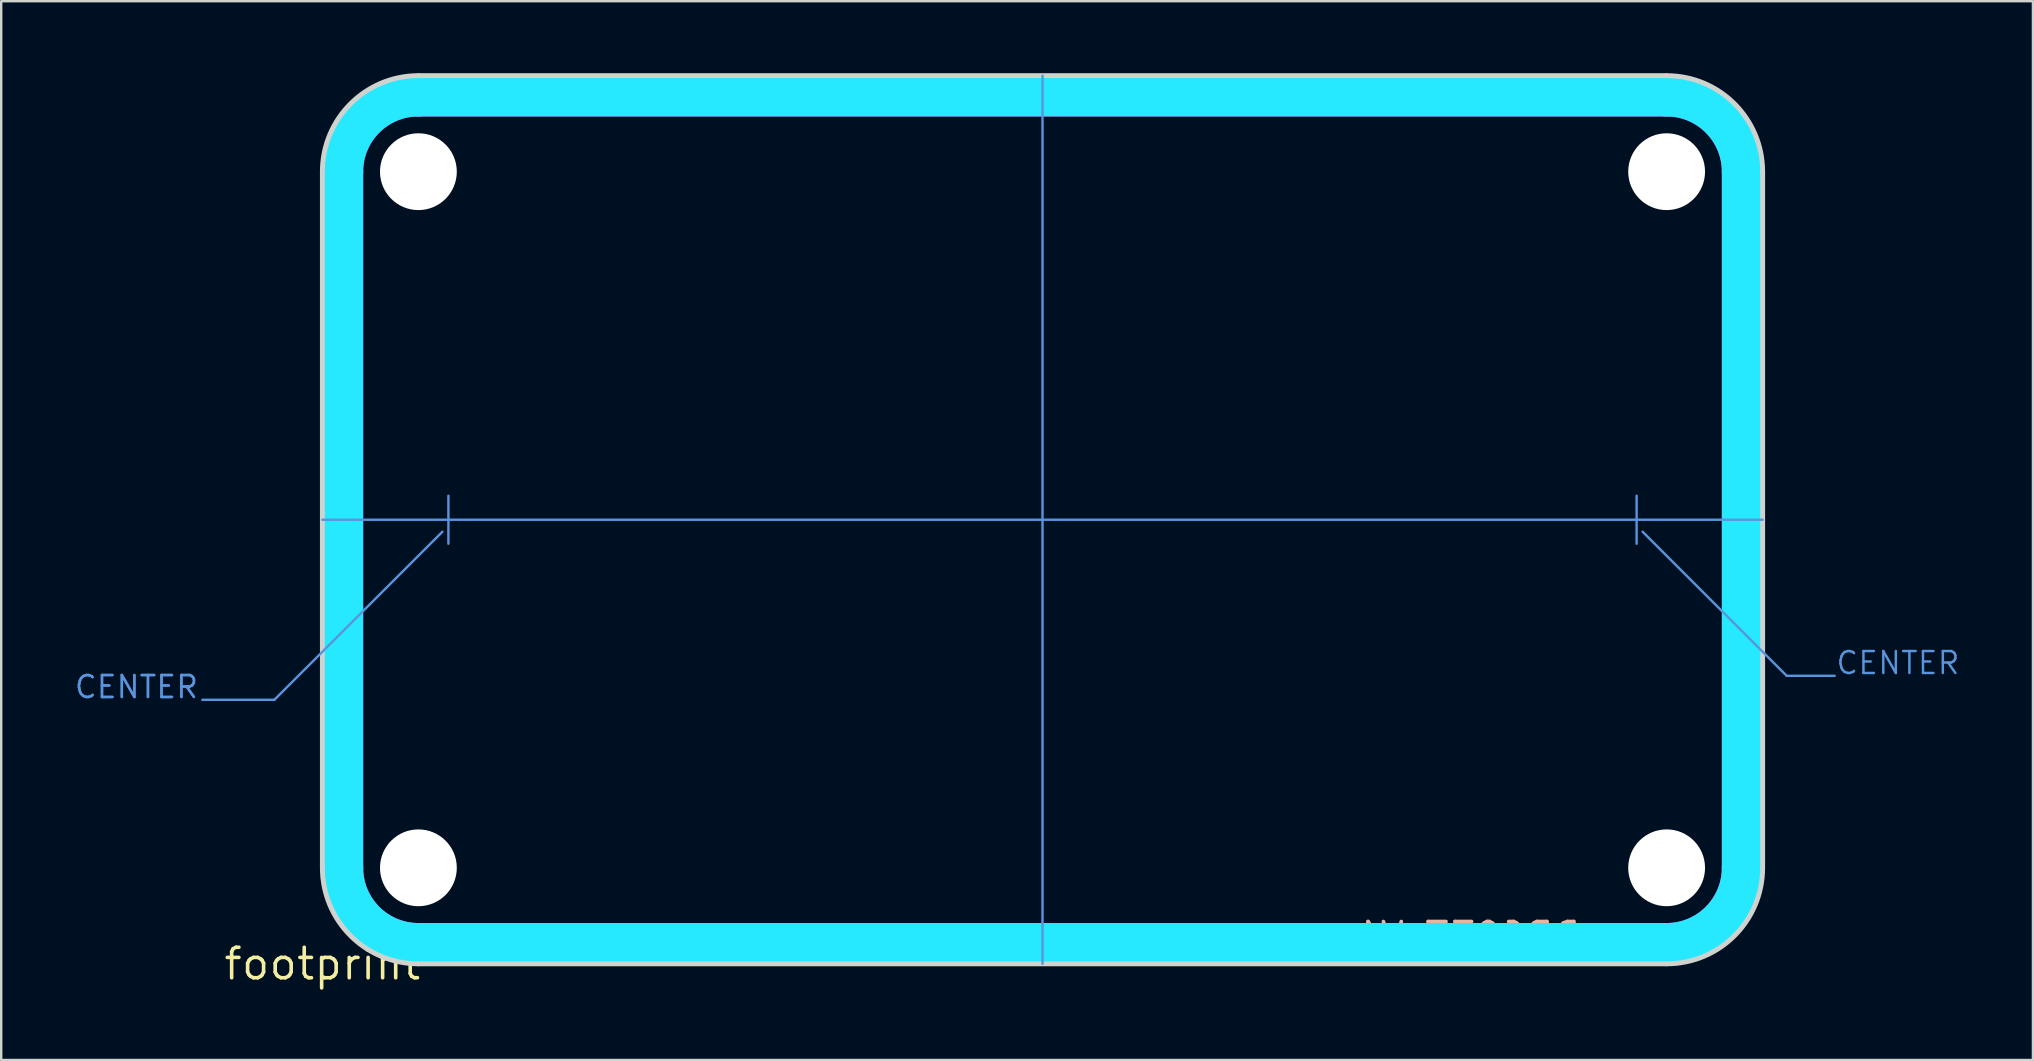
<source format=kicad_pcb>
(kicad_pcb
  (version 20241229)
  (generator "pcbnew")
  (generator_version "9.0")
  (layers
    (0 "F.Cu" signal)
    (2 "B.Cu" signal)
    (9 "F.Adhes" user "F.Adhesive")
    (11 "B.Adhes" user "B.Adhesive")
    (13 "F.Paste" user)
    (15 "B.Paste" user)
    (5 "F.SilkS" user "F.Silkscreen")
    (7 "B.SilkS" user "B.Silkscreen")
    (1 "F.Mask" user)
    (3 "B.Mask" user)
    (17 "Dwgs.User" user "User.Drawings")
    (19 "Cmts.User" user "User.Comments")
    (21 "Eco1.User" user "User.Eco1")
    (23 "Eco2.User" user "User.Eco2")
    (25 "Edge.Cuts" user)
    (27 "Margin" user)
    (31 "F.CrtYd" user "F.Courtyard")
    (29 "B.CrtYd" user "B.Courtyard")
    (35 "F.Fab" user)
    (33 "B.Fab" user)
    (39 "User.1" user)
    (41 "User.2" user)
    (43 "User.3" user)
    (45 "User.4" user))
  (footprint "footprint"
    (layer "F.Cu")
    (at 10.38 37.102)
    (property "Reference" "footprint" (at 0 0 0) (layer "F.SilkS") (effects (font (size 1.27 1.27) (thickness 0.15))))
    (fp_line (start -2 -11) (end -5 -11) (stroke (width 0.1) (type solid)) (layer "Cmts.User"))
    (fp_line (start 0 -18.5) (end 60 -18.5) (stroke (width 0.1) (type solid)) (layer "Cmts.User"))
    (fp_line (start 5 -18) (end -2 -11) (stroke (width 0.1) (type solid)) (layer "Cmts.User"))
    (fp_line (start 5.25 -19.5) (end 5.25 -17.5) (stroke (width 0.1) (type solid)) (layer "Cmts.User"))
    (fp_line (start 30 -37) (end 30 0) (stroke (width 0.1) (type solid)) (layer "Cmts.User"))
    (fp_line (start 54.75 -19.5) (end 54.75 -17.5) (stroke (width 0.1) (type solid)) (layer "Cmts.User"))
    (fp_line (start 55 -18) (end 61 -12) (stroke (width 0.1) (type solid)) (layer "Cmts.User"))
    (fp_line (start 61 -12) (end 63 -12) (stroke (width 0.1) (type solid)) (layer "Cmts.User"))
    (fp_line (start 0 -33) (end 0 -4) (stroke (width 0.203) (type solid)) (layer "Edge.Cuts"))
    (fp_line (start 4 0) (end 56 0) (stroke (width 0.203) (type solid)) (layer "Edge.Cuts"))
    (fp_line (start 56 -37) (end 4 -37) (stroke (width 0.203) (type solid)) (layer "Edge.Cuts"))
    (fp_line (start 60 -4) (end 60 -33) (stroke (width 0.203) (type solid)) (layer "Edge.Cuts"))
    (fp_arc (start 0 -33) (mid 1.171573 -35.828427) (end 4 -37) (stroke (width 0.05) (type solid)) (layer "Edge.Cuts"))
    (fp_arc (start 0 -33) (mid 1.171573 -35.828427) (end 4 -37) (stroke (width 0.2032) (type solid)) (layer "Edge.Cuts"))
    (fp_arc (start 4 0) (mid 1.171573 -1.171573) (end 0 -4) (stroke (width 0.05) (type solid)) (layer "Edge.Cuts"))
    (fp_arc (start 4 0) (mid 1.171573 -1.171573) (end 0 -4) (stroke (width 0.2032) (type solid)) (layer "Edge.Cuts"))
    (fp_arc (start 56 -37) (mid 58.828427 -35.828427) (end 60 -33) (stroke (width 0.05) (type solid)) (layer "Edge.Cuts"))
    (fp_arc (start 56 -37) (mid 58.828427 -35.828427) (end 60 -33) (stroke (width 0.2032) (type solid)) (layer "Edge.Cuts"))
    (fp_arc (start 60 -4) (mid 58.828427 -1.171573) (end 56 0) (stroke (width 0.05) (type solid)) (layer "Edge.Cuts"))
    (fp_arc (start 60 -4) (mid 58.828427 -1.171573) (end 56 0) (stroke (width 0.2032) (type solid)) (layer "Edge.Cuts"))
    (fp_line (start 0.85 -4) (end 0.85 -33) (stroke (width 1.7) (type solid)) (layer "B.CrtYd"))
    (fp_line (start 4 -36.15) (end 56 -36.15) (stroke (width 1.7) (type solid)) (layer "B.CrtYd"))
    (fp_line (start 56 -0.85) (end 4 -0.85) (stroke (width 1.7) (type solid)) (layer "B.CrtYd"))
    (fp_line (start 59.15 -33) (end 59.15 -4) (stroke (width 1.7) (type solid)) (layer "B.CrtYd"))
    (fp_arc (start 0.85 -33) (mid 1.772614 -35.227386) (end 4 -36.15) (stroke (width 1.7) (type solid)) (layer "B.CrtYd"))
    (fp_arc (start 4 -0.85) (mid 1.772614 -1.772614) (end 0.85 -4) (stroke (width 1.7) (type solid)) (layer "B.CrtYd"))
    (fp_arc (start 56 -36.15) (mid 58.227386 -35.227386) (end 59.15 -33) (stroke (width 1.7) (type solid)) (layer "B.CrtYd"))
    (fp_arc (start 59.15 -4) (mid 58.227386 -1.772614) (end 56 -0.85) (stroke (width 1.7) (type solid)) (layer "B.CrtYd"))
    (fp_line (start 0.85 -4) (end 0.85 -33) (stroke (width 1.7) (type solid)) (layer "F.CrtYd"))
    (fp_line (start 4 -36.15) (end 56 -36.15) (stroke (width 1.7) (type solid)) (layer "F.CrtYd"))
    (fp_line (start 56 -0.85) (end 4 -0.85) (stroke (width 1.7) (type solid)) (layer "F.CrtYd"))
    (fp_line (start 59.15 -33) (end 59.15 -4) (stroke (width 1.7) (type solid)) (layer "F.CrtYd"))
    (fp_arc (start 0.85 -33) (mid 1.772614 -35.227386) (end 4 -36.15) (stroke (width 1.7) (type solid)) (layer "F.CrtYd"))
    (fp_arc (start 4 -0.85) (mid 1.772614 -1.772614) (end 0.85 -4) (stroke (width 1.7) (type solid)) (layer "F.CrtYd"))
    (fp_arc (start 56 -36.15) (mid 58.227386 -35.227386) (end 59.15 -33) (stroke (width 1.7) (type solid)) (layer "F.CrtYd"))
    (fp_arc (start 59.15 -4) (mid 58.227386 -1.772614) (end 56 -0.85) (stroke (width 1.7) (type solid)) (layer "F.CrtYd"))
    (fp_text user "DP6037_V1" (at 52.5 -0.5 0) (layer "B.SilkS") (effects (font (size 1.118 1.118) (thickness 0.152)) (justify left bottom mirror)))
    (fp_text user "CENTER" (at -10.38 -11 0) (layer "Cmts.User") (effects (font (size 0.914 0.914) (thickness 0.102)) (justify left bottom)))
    (fp_text user "CENTER" (at 63 -12 0) (layer "Cmts.User") (effects (font (size 0.914 0.914) (thickness 0.102)) (justify left bottom)))
    (fp_text user "CENTER" (at -10.38 -11 0) (layer "Cmts.User") (effects (font (size 0.914 0.914) (thickness 0.102)) (justify left bottom)))
    (pad "" np_thru_hole circle (at 4 -33) (size 3.2 3.2) (drill 3.2) (layers "*.Cu" "*.Mask"))
    (pad "" np_thru_hole circle (at 4 -4) (size 3.2 3.2) (drill 3.2) (layers "*.Cu" "*.Mask"))
    (pad "" np_thru_hole circle (at 56 -33) (size 3.2 3.2) (drill 3.2) (layers "*.Cu" "*.Mask"))
    (pad "" np_thru_hole circle (at 56 -4) (size 3.2 3.2) (drill 3.2) (layers "*.Cu" "*.Mask"))
    (zone (net_name "") (layer "F.Cu") (hatch edge 0.508) (connect_pads) (min_thickness 0.254) (filled_areas_thickness no) (keepout (tracks not_allowed) (vias not_allowed) (pads not_allowed) (copperpour not_allowed) (footprints allowed)) (placement (enabled no)) (fill) (polygon (pts (xy 10.38 30.102) (xy 14.38 30.102) (xy 14.716 30.12) (xy 15.048 30.177) (xy 15.371 30.27) (xy 15.682 30.399) (xy 15.976 30.561) (xy 16.25 30.756) (xy 16.501 30.98) (xy 16.725 31.231) (xy 16.92 31.506) (xy 17.083 31.8) (xy 17.212 32.111) (xy 17.305 32.434) (xy 17.38 33.102) (xy 17.38 37.102) (xy 14.38 37.102) (xy 13.988 37.082) (xy 13.6 37.025) (xy 13.219 36.929) (xy 12.849 36.797) (xy 12.494 36.629) (xy 12.158 36.427) (xy 11.842 36.194) (xy 11.552 35.93) (xy 11.288 35.639) (xy 11.054 35.324) (xy 10.852 34.987) (xy 10.684 34.632) (xy 10.552 34.263) (xy 10.457 33.882) (xy 10.38 33.102))))
    (zone (net_name "") (layer "F.Cu") (hatch edge 0.508) (connect_pads) (min_thickness 0.254) (filled_areas_thickness no) (keepout (tracks not_allowed) (vias not_allowed) (pads not_allowed) (copperpour not_allowed) (footprints allowed)) (placement (enabled no)) (fill) (polygon (pts (xy 17.38 0.102) (xy 17.38 4.102) (xy 17.361 4.437) (xy 17.305 4.769) (xy 17.212 5.092) (xy 17.083 5.403) (xy 16.92 5.698) (xy 16.725 5.972) (xy 16.501 6.223) (xy 16.25 6.447) (xy 15.976 6.642) (xy 15.682 6.805) (xy 15.371 6.933) (xy 15.048 7.026) (xy 14.38 7.102) (xy 10.38 7.102) (xy 10.38 4.102) (xy 10.399 3.71) (xy 10.457 3.321) (xy 10.552 2.94) (xy 10.684 2.571) (xy 10.852 2.216) (xy 11.054 1.879) (xy 11.288 1.564) (xy 11.552 1.273) (xy 11.842 1.01) (xy 12.158 0.776) (xy 12.494 0.574) (xy 12.849 0.406) (xy 13.219 0.274) (xy 13.6 0.178) (xy 14.38 0.102))))
    (zone (net_name "") (layer "F.Cu") (hatch edge 0.508) (connect_pads) (min_thickness 0.254) (filled_areas_thickness no) (keepout (tracks not_allowed) (vias not_allowed) (pads not_allowed) (copperpour not_allowed) (footprints allowed)) (placement (enabled no)) (fill) (polygon (pts (xy 63.38 37.102) (xy 63.38 33.102) (xy 63.399 32.766) (xy 63.455 32.434) (xy 63.548 32.111) (xy 63.677 31.8) (xy 63.84 31.506) (xy 64.035 31.231) (xy 64.259 30.98) (xy 64.51 30.756) (xy 64.784 30.561) (xy 65.078 30.399) (xy 65.389 30.27) (xy 65.712 30.177) (xy 66.38 30.102) (xy 70.38 30.102) (xy 70.38 33.102) (xy 70.361 33.494) (xy 70.303 33.882) (xy 70.208 34.263) (xy 70.076 34.632) (xy 69.908 34.987) (xy 69.706 35.324) (xy 69.472 35.639) (xy 69.208 35.93) (xy 68.918 36.194) (xy 68.602 36.427) (xy 68.266 36.629) (xy 67.911 36.797) (xy 67.541 36.929) (xy 67.16 37.025) (xy 66.38 37.102))))
    (zone (net_name "") (layer "F.Cu") (hatch edge 0.508) (connect_pads) (min_thickness 0.254) (filled_areas_thickness no) (keepout (tracks not_allowed) (vias not_allowed) (pads not_allowed) (copperpour not_allowed) (footprints allowed)) (placement (enabled no)) (fill) (polygon (pts (xy 70.38 7.102) (xy 66.38 7.102) (xy 66.044 7.083) (xy 65.712 7.026) (xy 65.389 6.933) (xy 65.078 6.805) (xy 64.784 6.642) (xy 64.51 6.447) (xy 64.259 6.223) (xy 64.035 5.972) (xy 63.84 5.698) (xy 63.677 5.403) (xy 63.548 5.092) (xy 63.455 4.769) (xy 63.38 4.102) (xy 63.38 0.102) (xy 66.38 0.102) (xy 66.772 0.121) (xy 67.16 0.178) (xy 67.541 0.274) (xy 67.911 0.406) (xy 68.266 0.574) (xy 68.602 0.776) (xy 68.918 1.01) (xy 69.208 1.273) (xy 69.472 1.564) (xy 69.706 1.879) (xy 69.908 2.216) (xy 70.076 2.571) (xy 70.208 2.94) (xy 70.303 3.321) (xy 70.38 4.102))))
    (zone (net_name "") (layers "F.Cu" "B.Cu") (hatch edge 0.508) (connect_pads) (min_thickness 0.254) (filled_areas_thickness no) (keepout (tracks allowed) (vias not_allowed) (pads allowed) (copperpour allowed) (footprints allowed)) (placement (enabled no)) (fill) (polygon (pts (xy 10.38 30.102) (xy 14.38 30.102) (xy 14.716 30.12) (xy 15.048 30.177) (xy 15.371 30.27) (xy 15.682 30.399) (xy 15.976 30.561) (xy 16.25 30.756) (xy 16.501 30.98) (xy 16.725 31.231) (xy 16.92 31.506) (xy 17.083 31.8) (xy 17.212 32.111) (xy 17.305 32.434) (xy 17.38 33.102) (xy 17.38 37.102) (xy 14.38 37.102) (xy 13.988 37.082) (xy 13.6 37.025) (xy 13.219 36.929) (xy 12.849 36.797) (xy 12.494 36.629) (xy 12.158 36.427) (xy 11.842 36.194) (xy 11.552 35.93) (xy 11.288 35.639) (xy 11.054 35.324) (xy 10.852 34.987) (xy 10.684 34.632) (xy 10.552 34.263) (xy 10.457 33.882) (xy 10.38 33.102))))
    (zone (net_name "") (layers "F.Cu" "B.Cu") (hatch edge 0.508) (connect_pads) (min_thickness 0.254) (filled_areas_thickness no) (keepout (tracks allowed) (vias not_allowed) (pads allowed) (copperpour allowed) (footprints allowed)) (placement (enabled no)) (fill) (polygon (pts (xy 17.38 0.102) (xy 17.38 4.102) (xy 17.361 4.437) (xy 17.305 4.769) (xy 17.212 5.092) (xy 17.083 5.403) (xy 16.92 5.698) (xy 16.725 5.972) (xy 16.501 6.223) (xy 16.25 6.447) (xy 15.976 6.642) (xy 15.682 6.805) (xy 15.371 6.933) (xy 15.048 7.026) (xy 14.38 7.102) (xy 10.38 7.102) (xy 10.38 4.102) (xy 10.399 3.71) (xy 10.457 3.321) (xy 10.552 2.94) (xy 10.684 2.571) (xy 10.852 2.216) (xy 11.054 1.879) (xy 11.288 1.564) (xy 11.552 1.273) (xy 11.842 1.01) (xy 12.158 0.776) (xy 12.494 0.574) (xy 12.849 0.406) (xy 13.219 0.274) (xy 13.6 0.178) (xy 14.38 0.102))))
    (zone (net_name "") (layers "F.Cu" "B.Cu") (hatch edge 0.508) (connect_pads) (min_thickness 0.254) (filled_areas_thickness no) (keepout (tracks allowed) (vias not_allowed) (pads allowed) (copperpour allowed) (footprints allowed)) (placement (enabled no)) (fill) (polygon (pts (xy 63.38 37.102) (xy 63.38 33.102) (xy 63.399 32.766) (xy 63.455 32.434) (xy 63.548 32.111) (xy 63.677 31.8) (xy 63.84 31.506) (xy 64.035 31.231) (xy 64.259 30.98) (xy 64.51 30.756) (xy 64.784 30.561) (xy 65.078 30.399) (xy 65.389 30.27) (xy 65.712 30.177) (xy 66.38 30.102) (xy 70.38 30.102) (xy 70.38 33.102) (xy 70.361 33.494) (xy 70.303 33.882) (xy 70.208 34.263) (xy 70.076 34.632) (xy 69.908 34.987) (xy 69.706 35.324) (xy 69.472 35.639) (xy 69.208 35.93) (xy 68.918 36.194) (xy 68.602 36.427) (xy 68.266 36.629) (xy 67.911 36.797) (xy 67.541 36.929) (xy 67.16 37.025) (xy 66.38 37.102))))
    (zone (net_name "") (layers "F.Cu" "B.Cu") (hatch edge 0.508) (connect_pads) (min_thickness 0.254) (filled_areas_thickness no) (keepout (tracks allowed) (vias not_allowed) (pads allowed) (copperpour allowed) (footprints allowed)) (placement (enabled no)) (fill) (polygon (pts (xy 70.38 7.102) (xy 66.38 7.102) (xy 66.044 7.083) (xy 65.712 7.026) (xy 65.389 6.933) (xy 65.078 6.805) (xy 64.784 6.642) (xy 64.51 6.447) (xy 64.259 6.223) (xy 64.035 5.972) (xy 63.84 5.698) (xy 63.677 5.403) (xy 63.548 5.092) (xy 63.455 4.769) (xy 63.38 4.102) (xy 63.38 0.102) (xy 66.38 0.102) (xy 66.772 0.121) (xy 67.16 0.178) (xy 67.541 0.274) (xy 67.911 0.406) (xy 68.266 0.574) (xy 68.602 0.776) (xy 68.918 1.01) (xy 69.208 1.273) (xy 69.472 1.564) (xy 69.706 1.879) (xy 69.908 2.216) (xy 70.076 2.571) (xy 70.208 2.94) (xy 70.303 3.321) (xy 70.38 4.102))))
    (zone (net_name "") (layer "B.Cu") (hatch edge 0.508) (connect_pads) (min_thickness 0.254) (filled_areas_thickness no) (keepout (tracks not_allowed) (vias not_allowed) (pads not_allowed) (copperpour not_allowed) (footprints allowed)) (placement (enabled no)) (fill) (polygon (pts (xy 10.38 30.102) (xy 14.38 30.102) (xy 14.716 30.12) (xy 15.048 30.177) (xy 15.371 30.27) (xy 15.682 30.399) (xy 15.976 30.561) (xy 16.25 30.756) (xy 16.501 30.98) (xy 16.725 31.231) (xy 16.92 31.506) (xy 17.083 31.8) (xy 17.212 32.111) (xy 17.305 32.434) (xy 17.38 33.102) (xy 17.38 37.102) (xy 14.38 37.102) (xy 13.988 37.082) (xy 13.6 37.025) (xy 13.219 36.929) (xy 12.849 36.797) (xy 12.494 36.629) (xy 12.158 36.427) (xy 11.842 36.194) (xy 11.552 35.93) (xy 11.288 35.639) (xy 11.054 35.324) (xy 10.852 34.987) (xy 10.684 34.632) (xy 10.552 34.263) (xy 10.457 33.882) (xy 10.38 33.102))))
    (zone (net_name "") (layer "B.Cu") (hatch edge 0.508) (connect_pads) (min_thickness 0.254) (filled_areas_thickness no) (keepout (tracks not_allowed) (vias not_allowed) (pads not_allowed) (copperpour not_allowed) (footprints allowed)) (placement (enabled no)) (fill) (polygon (pts (xy 17.38 0.102) (xy 17.38 4.102) (xy 17.361 4.437) (xy 17.305 4.769) (xy 17.212 5.092) (xy 17.083 5.403) (xy 16.92 5.698) (xy 16.725 5.972) (xy 16.501 6.223) (xy 16.25 6.447) (xy 15.976 6.642) (xy 15.682 6.805) (xy 15.371 6.933) (xy 15.048 7.026) (xy 14.38 7.102) (xy 10.38 7.102) (xy 10.38 4.102) (xy 10.399 3.71) (xy 10.457 3.321) (xy 10.552 2.94) (xy 10.684 2.571) (xy 10.852 2.216) (xy 11.054 1.879) (xy 11.288 1.564) (xy 11.552 1.273) (xy 11.842 1.01) (xy 12.158 0.776) (xy 12.494 0.574) (xy 12.849 0.406) (xy 13.219 0.274) (xy 13.6 0.178) (xy 14.38 0.102))))
    (zone (net_name "") (layer "B.Cu") (hatch edge 0.508) (connect_pads) (min_thickness 0.254) (filled_areas_thickness no) (keepout (tracks not_allowed) (vias not_allowed) (pads not_allowed) (copperpour not_allowed) (footprints allowed)) (placement (enabled no)) (fill) (polygon (pts (xy 63.38 37.102) (xy 63.38 33.102) (xy 63.399 32.766) (xy 63.455 32.434) (xy 63.548 32.111) (xy 63.677 31.8) (xy 63.84 31.506) (xy 64.035 31.231) (xy 64.259 30.98) (xy 64.51 30.756) (xy 64.784 30.561) (xy 65.078 30.399) (xy 65.389 30.27) (xy 65.712 30.177) (xy 66.38 30.102) (xy 70.38 30.102) (xy 70.38 33.102) (xy 70.361 33.494) (xy 70.303 33.882) (xy 70.208 34.263) (xy 70.076 34.632) (xy 69.908 34.987) (xy 69.706 35.324) (xy 69.472 35.639) (xy 69.208 35.93) (xy 68.918 36.194) (xy 68.602 36.427) (xy 68.266 36.629) (xy 67.911 36.797) (xy 67.541 36.929) (xy 67.16 37.025) (xy 66.38 37.102))))
    (zone (net_name "") (layer "B.Cu") (hatch edge 0.508) (connect_pads) (min_thickness 0.254) (filled_areas_thickness no) (keepout (tracks not_allowed) (vias not_allowed) (pads not_allowed) (copperpour not_allowed) (footprints allowed)) (placement (enabled no)) (fill) (polygon (pts (xy 70.38 7.102) (xy 66.38 7.102) (xy 66.044 7.083) (xy 65.712 7.026) (xy 65.389 6.933) (xy 65.078 6.805) (xy 64.784 6.642) (xy 64.51 6.447) (xy 64.259 6.223) (xy 64.035 5.972) (xy 63.84 5.698) (xy 63.677 5.403) (xy 63.548 5.092) (xy 63.455 4.769) (xy 63.38 4.102) (xy 63.38 0.102) (xy 66.38 0.102) (xy 66.772 0.121) (xy 67.16 0.178) (xy 67.541 0.274) (xy 67.911 0.406) (xy 68.266 0.574) (xy 68.602 0.776) (xy 68.918 1.01) (xy 69.208 1.273) (xy 69.472 1.564) (xy 69.706 1.879) (xy 69.908 2.216) (xy 70.076 2.571) (xy 70.208 2.94) (xy 70.303 3.321) (xy 70.38 4.102)))))
  (gr_rect
    (start -3 -3)
    (end 81.64 41.108)
    (stroke (width 0.1) (type default))
    (fill no)
    (layer "Edge.Cuts")))
</source>
